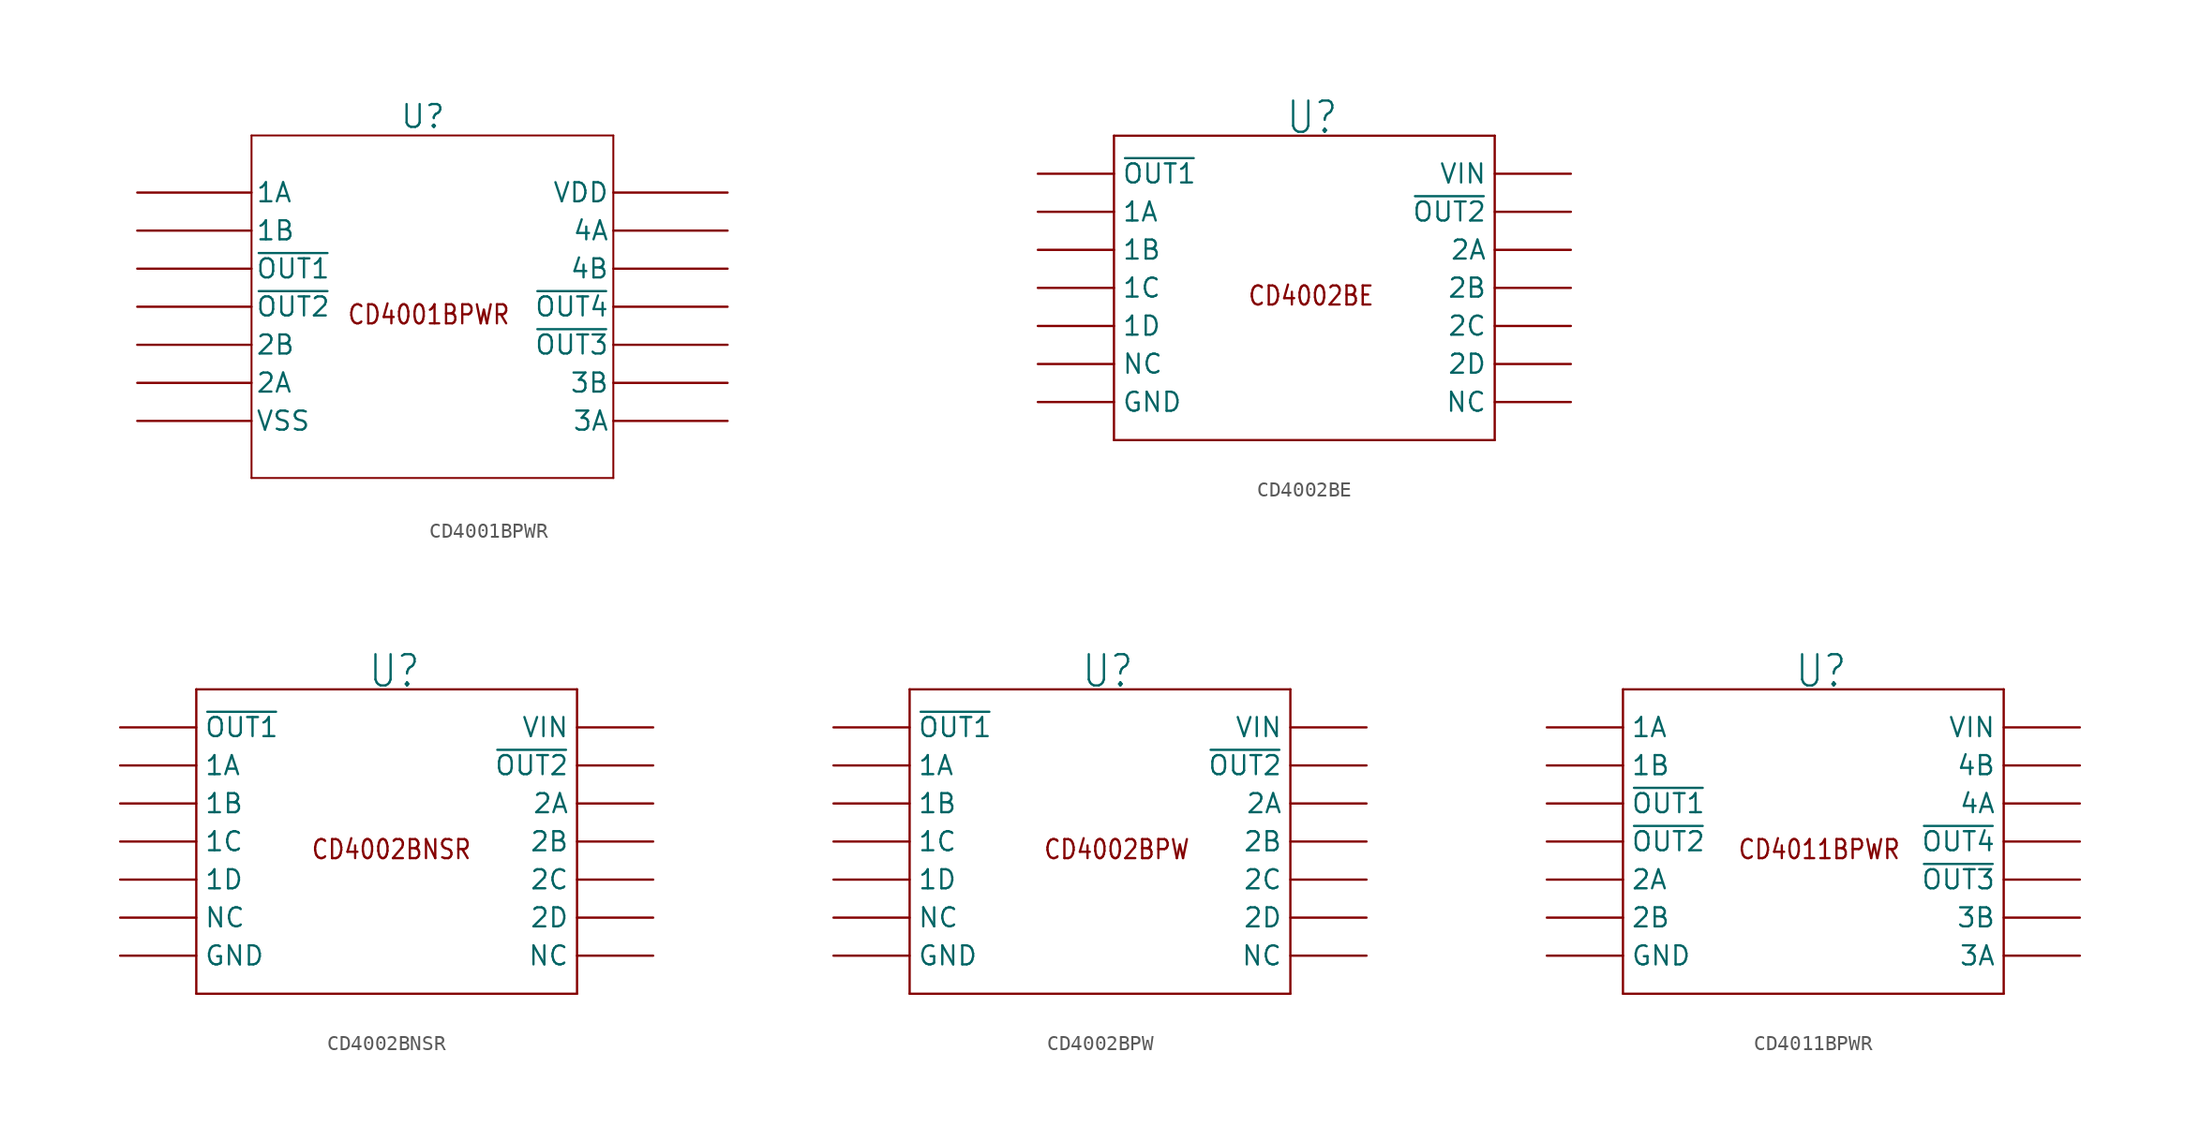
<source format=kicad_sym>
(kicad_symbol_lib
  (version 20220914)
  (generator kicad_symbol_editor)
  (symbol "CD4001BPWR"
    (pin_numbers hide)
    (pin_names
      (offset 0.254))
    (property "Reference" "U"
      (at 0 12.7 0)
      (effects (font (size 1.524 1.524))))
    (property "Value" ""
      (at 27.94 7.62 0)
      (effects (font (size 1.524 1.524))))
    (symbol "CD4001BPWR_0_1"
      (pin passive line (at -19.05 7.62 0) (length 7.62) (name "1A" (effects (font (size 1.27 1.27)))) (number "1" (effects (font (size 1.27 1.27)))))
      (pin passive line (at 20.32 -2.54 180) (length 7.62) (name "~{OUT3}" (effects (font (size 1.27 1.27)))) (number "10" (effects (font (size 1.27 1.27)))))
      (pin passive line (at 20.32 0 180) (length 7.62) (name "~{OUT4}" (effects (font (size 1.27 1.27)))) (number "11" (effects (font (size 1.27 1.27)))))
      (pin passive line (at 20.32 2.54 180) (length 7.62) (name "4B" (effects (font (size 1.27 1.27)))) (number "12" (effects (font (size 1.27 1.27)))))
      (pin passive line (at 20.32 5.08 180) (length 7.62) (name "4A" (effects (font (size 1.27 1.27)))) (number "13" (effects (font (size 1.27 1.27)))))
      (pin passive line (at 20.32 7.62 180) (length 7.62) (name "VDD" (effects (font (size 1.27 1.27)))) (number "14" (effects (font (size 1.27 1.27)))))
      (pin passive line (at -19.05 5.08 0) (length 7.62) (name "1B" (effects (font (size 1.27 1.27)))) (number "2" (effects (font (size 1.27 1.27)))))
      (pin passive line (at -19.05 2.54 0) (length 7.62) (name "~{OUT1}" (effects (font (size 1.27 1.27)))) (number "3" (effects (font (size 1.27 1.27)))))
      (pin passive line (at -19.05 0 0) (length 7.62) (name "~{OUT2}" (effects (font (size 1.27 1.27)))) (number "4" (effects (font (size 1.27 1.27)))))
      (pin passive line (at -19.05 -2.54 0) (length 7.62) (name "2B" (effects (font (size 1.27 1.27)))) (number "5" (effects (font (size 1.27 1.27)))))
      (pin passive line (at -19.05 -5.08 0) (length 7.62) (name "2A" (effects (font (size 1.27 1.27)))) (number "6" (effects (font (size 1.27 1.27)))))
      (pin passive line (at -19.05 -7.62 0) (length 7.62) (name "VSS" (effects (font (size 1.27 1.27)))) (number "7" (effects (font (size 1.27 1.27)))))
      (pin passive line (at 20.32 -7.62 180) (length 7.62) (name "3A" (effects (font (size 1.27 1.27)))) (number "8" (effects (font (size 1.27 1.27)))))
      (pin passive line (at 20.32 -5.08 180) (length 7.62) (name "3B" (effects (font (size 1.27 1.27)))) (number "9" (effects (font (size 1.27 1.27))))))
    (symbol "CD4001BPWR_1_0"
      (text "CD4001BPWR" (at -5.08 -1.27 0) (effects (font (size 1.27 1.079)) (justify left bottom))))
    (symbol "CD4001BPWR_1_1"
      (polyline (pts (xy -11.43 -11.43) (xy 12.7 -11.43)) (stroke (width 0.127) (type solid)) (fill (type none)))
      (polyline (pts (xy -11.43 11.43) (xy -11.43 -11.43)) (stroke (width 0.127) (type solid)) (fill (type none)))
      (polyline (pts (xy 12.7 -11.43) (xy 12.7 11.43)) (stroke (width 0.127) (type solid)) (fill (type none)))
      (polyline (pts (xy 12.7 11.43) (xy -11.43 11.43)) (stroke (width 0.127) (type solid)) (fill (type none)))))
  (symbol "CD4002BE"
    (pin_numbers hide)
    (property "Reference" "U"
      (at -1.27 10.16 0)
      (effects (font (size 2.083 1.77)) (justify left bottom)))
    (symbol "CD4002BE_1_0"
      (polyline (pts (xy -12.7 -10.16) (xy 12.7 -10.16)) (stroke (width 0.152) (type solid)) (fill (type none)))
      (polyline (pts (xy -12.7 10.16) (xy -12.7 -10.16)) (stroke (width 0.152) (type solid)) (fill (type none)))
      (polyline (pts (xy 12.7 -10.16) (xy 12.7 10.16)) (stroke (width 0.152) (type solid)) (fill (type none)))
      (polyline (pts (xy 12.7 10.16) (xy -12.7 10.16)) (stroke (width 0.152) (type solid)) (fill (type none)))
      (text "CD4002BE" (at -3.81 -1.27 0) (effects (font (size 1.27 1.079)) (justify left bottom)))
      (pin passive line (at -17.78 7.62 0) (length 5.08) (name "~{OUT1}" (effects (font (size 1.27 1.27)))) (number "1" (effects (font (size 1.27 1.27)))))
      (pin passive line (at 17.78 -2.54 180) (length 5.08) (name "2C" (effects (font (size 1.27 1.27)))) (number "10" (effects (font (size 1.27 1.27)))))
      (pin passive line (at 17.78 0 180) (length 5.08) (name "2B" (effects (font (size 1.27 1.27)))) (number "11" (effects (font (size 1.27 1.27)))))
      (pin passive line (at 17.78 2.54 180) (length 5.08) (name "2A" (effects (font (size 1.27 1.27)))) (number "12" (effects (font (size 1.27 1.27)))))
      (pin passive line (at 17.78 5.08 180) (length 5.08) (name "~{OUT2}" (effects (font (size 1.27 1.27)))) (number "13" (effects (font (size 1.27 1.27)))))
      (pin passive line (at 17.78 7.62 180) (length 5.08) (name "VIN" (effects (font (size 1.27 1.27)))) (number "14" (effects (font (size 1.27 1.27)))))
      (pin passive line (at -17.78 5.08 0) (length 5.08) (name "1A" (effects (font (size 1.27 1.27)))) (number "2" (effects (font (size 1.27 1.27)))))
      (pin passive line (at -17.78 2.54 0) (length 5.08) (name "1B" (effects (font (size 1.27 1.27)))) (number "3" (effects (font (size 1.27 1.27)))))
      (pin passive line (at -17.78 0 0) (length 5.08) (name "1C" (effects (font (size 1.27 1.27)))) (number "4" (effects (font (size 1.27 1.27)))))
      (pin passive line (at -17.78 -2.54 0) (length 5.08) (name "1D" (effects (font (size 1.27 1.27)))) (number "5" (effects (font (size 1.27 1.27)))))
      (pin passive line (at -17.78 -5.08 0) (length 5.08) (name "NC" (effects (font (size 1.27 1.27)))) (number "6" (effects (font (size 1.27 1.27)))))
      (pin passive line (at -17.78 -7.62 0) (length 5.08) (name "GND" (effects (font (size 1.27 1.27)))) (number "7" (effects (font (size 1.27 1.27)))))
      (pin passive line (at 17.78 -7.62 180) (length 5.08) (name "NC" (effects (font (size 1.27 1.27)))) (number "8" (effects (font (size 1.27 1.27)))))
      (pin passive line (at 17.78 -5.08 180) (length 5.08) (name "2D" (effects (font (size 1.27 1.27)))) (number "9" (effects (font (size 1.27 1.27)))))))
  (symbol "CD4002BNSR"
    (pin_numbers hide)
    (property "Reference" "U"
      (at -1.27 10.16 0)
      (effects (font (size 2.083 1.77)) (justify left bottom)))
    (symbol "CD4002BNSR_1_0"
      (polyline (pts (xy -12.7 -10.16) (xy 12.7 -10.16)) (stroke (width 0.152) (type solid)) (fill (type none)))
      (polyline (pts (xy -12.7 10.16) (xy -12.7 -10.16)) (stroke (width 0.152) (type solid)) (fill (type none)))
      (polyline (pts (xy 12.7 -10.16) (xy 12.7 10.16)) (stroke (width 0.152) (type solid)) (fill (type none)))
      (polyline (pts (xy 12.7 10.16) (xy -12.7 10.16)) (stroke (width 0.152) (type solid)) (fill (type none)))
      (text "CD4002BNSR" (at -5.08 -1.27 0) (effects (font (size 1.27 1.079)) (justify left bottom)))
      (pin passive line (at -17.78 7.62 0) (length 5.08) (name "~{OUT1}" (effects (font (size 1.27 1.27)))) (number "1" (effects (font (size 1.27 1.27)))))
      (pin passive line (at 17.78 -2.54 180) (length 5.08) (name "2C" (effects (font (size 1.27 1.27)))) (number "10" (effects (font (size 1.27 1.27)))))
      (pin passive line (at 17.78 0 180) (length 5.08) (name "2B" (effects (font (size 1.27 1.27)))) (number "11" (effects (font (size 1.27 1.27)))))
      (pin passive line (at 17.78 2.54 180) (length 5.08) (name "2A" (effects (font (size 1.27 1.27)))) (number "12" (effects (font (size 1.27 1.27)))))
      (pin passive line (at 17.78 5.08 180) (length 5.08) (name "~{OUT2}" (effects (font (size 1.27 1.27)))) (number "13" (effects (font (size 1.27 1.27)))))
      (pin passive line (at 17.78 7.62 180) (length 5.08) (name "VIN" (effects (font (size 1.27 1.27)))) (number "14" (effects (font (size 1.27 1.27)))))
      (pin passive line (at -17.78 5.08 0) (length 5.08) (name "1A" (effects (font (size 1.27 1.27)))) (number "2" (effects (font (size 1.27 1.27)))))
      (pin passive line (at -17.78 2.54 0) (length 5.08) (name "1B" (effects (font (size 1.27 1.27)))) (number "3" (effects (font (size 1.27 1.27)))))
      (pin passive line (at -17.78 0 0) (length 5.08) (name "1C" (effects (font (size 1.27 1.27)))) (number "4" (effects (font (size 1.27 1.27)))))
      (pin passive line (at -17.78 -2.54 0) (length 5.08) (name "1D" (effects (font (size 1.27 1.27)))) (number "5" (effects (font (size 1.27 1.27)))))
      (pin passive line (at -17.78 -5.08 0) (length 5.08) (name "NC" (effects (font (size 1.27 1.27)))) (number "6" (effects (font (size 1.27 1.27)))))
      (pin passive line (at -17.78 -7.62 0) (length 5.08) (name "GND" (effects (font (size 1.27 1.27)))) (number "7" (effects (font (size 1.27 1.27)))))
      (pin passive line (at 17.78 -7.62 180) (length 5.08) (name "NC" (effects (font (size 1.27 1.27)))) (number "8" (effects (font (size 1.27 1.27)))))
      (pin passive line (at 17.78 -5.08 180) (length 5.08) (name "2D" (effects (font (size 1.27 1.27)))) (number "9" (effects (font (size 1.27 1.27)))))))
  (symbol "CD4002BPW"
    (pin_numbers hide)
    (property "Reference" "U"
      (at -1.27 10.16 0)
      (effects (font (size 2.083 1.77)) (justify left bottom)))
    (symbol "CD4002BPW_1_0"
      (polyline (pts (xy -12.7 -10.16) (xy 12.7 -10.16)) (stroke (width 0.152) (type solid)) (fill (type none)))
      (polyline (pts (xy -12.7 10.16) (xy -12.7 -10.16)) (stroke (width 0.152) (type solid)) (fill (type none)))
      (polyline (pts (xy 12.7 -10.16) (xy 12.7 10.16)) (stroke (width 0.152) (type solid)) (fill (type none)))
      (polyline (pts (xy 12.7 10.16) (xy -12.7 10.16)) (stroke (width 0.152) (type solid)) (fill (type none)))
      (text "CD4002BPW" (at -3.81 -1.27 0) (effects (font (size 1.27 1.079)) (justify left bottom)))
      (pin passive line (at -17.78 7.62 0) (length 5.08) (name "~{OUT1}" (effects (font (size 1.27 1.27)))) (number "1" (effects (font (size 1.27 1.27)))))
      (pin passive line (at 17.78 -2.54 180) (length 5.08) (name "2C" (effects (font (size 1.27 1.27)))) (number "10" (effects (font (size 1.27 1.27)))))
      (pin passive line (at 17.78 0 180) (length 5.08) (name "2B" (effects (font (size 1.27 1.27)))) (number "11" (effects (font (size 1.27 1.27)))))
      (pin passive line (at 17.78 2.54 180) (length 5.08) (name "2A" (effects (font (size 1.27 1.27)))) (number "12" (effects (font (size 1.27 1.27)))))
      (pin passive line (at 17.78 5.08 180) (length 5.08) (name "~{OUT2}" (effects (font (size 1.27 1.27)))) (number "13" (effects (font (size 1.27 1.27)))))
      (pin passive line (at 17.78 7.62 180) (length 5.08) (name "VIN" (effects (font (size 1.27 1.27)))) (number "14" (effects (font (size 1.27 1.27)))))
      (pin passive line (at -17.78 5.08 0) (length 5.08) (name "1A" (effects (font (size 1.27 1.27)))) (number "2" (effects (font (size 1.27 1.27)))))
      (pin passive line (at -17.78 2.54 0) (length 5.08) (name "1B" (effects (font (size 1.27 1.27)))) (number "3" (effects (font (size 1.27 1.27)))))
      (pin passive line (at -17.78 0 0) (length 5.08) (name "1C" (effects (font (size 1.27 1.27)))) (number "4" (effects (font (size 1.27 1.27)))))
      (pin passive line (at -17.78 -2.54 0) (length 5.08) (name "1D" (effects (font (size 1.27 1.27)))) (number "5" (effects (font (size 1.27 1.27)))))
      (pin passive line (at -17.78 -5.08 0) (length 5.08) (name "NC" (effects (font (size 1.27 1.27)))) (number "6" (effects (font (size 1.27 1.27)))))
      (pin passive line (at -17.78 -7.62 0) (length 5.08) (name "GND" (effects (font (size 1.27 1.27)))) (number "7" (effects (font (size 1.27 1.27)))))
      (pin passive line (at 17.78 -7.62 180) (length 5.08) (name "NC" (effects (font (size 1.27 1.27)))) (number "8" (effects (font (size 1.27 1.27)))))
      (pin passive line (at 17.78 -5.08 180) (length 5.08) (name "2D" (effects (font (size 1.27 1.27)))) (number "9" (effects (font (size 1.27 1.27)))))))
  (symbol "CD4011BPWR"
    (pin_numbers hide)
    (property "Reference" "U"
      (at -1.27 10.16 0)
      (effects (font (size 2.083 1.77)) (justify left bottom)))
    (symbol "CD4011BPWR_1_0"
      (polyline (pts (xy -12.7 -10.16) (xy 12.7 -10.16)) (stroke (width 0.152) (type solid)) (fill (type none)))
      (polyline (pts (xy -12.7 10.16) (xy -12.7 -10.16)) (stroke (width 0.152) (type solid)) (fill (type none)))
      (polyline (pts (xy 12.7 -10.16) (xy 12.7 10.16)) (stroke (width 0.152) (type solid)) (fill (type none)))
      (polyline (pts (xy 12.7 10.16) (xy -12.7 10.16)) (stroke (width 0.152) (type solid)) (fill (type none)))
      (text "CD4011BPWR" (at -5.08 -1.27 0) (effects (font (size 1.27 1.079)) (justify left bottom)))
      (pin passive line (at -17.78 7.62 0) (length 5.08) (name "1A" (effects (font (size 1.27 1.27)))) (number "1" (effects (font (size 1.27 1.27)))))
      (pin passive line (at 17.78 -2.54 180) (length 5.08) (name "~{OUT3}" (effects (font (size 1.27 1.27)))) (number "10" (effects (font (size 1.27 1.27)))))
      (pin passive line (at 17.78 0 180) (length 5.08) (name "~{OUT4}" (effects (font (size 1.27 1.27)))) (number "11" (effects (font (size 1.27 1.27)))))
      (pin passive line (at 17.78 2.54 180) (length 5.08) (name "4A" (effects (font (size 1.27 1.27)))) (number "12" (effects (font (size 1.27 1.27)))))
      (pin passive line (at 17.78 5.08 180) (length 5.08) (name "4B" (effects (font (size 1.27 1.27)))) (number "13" (effects (font (size 1.27 1.27)))))
      (pin passive line (at 17.78 7.62 180) (length 5.08) (name "VIN" (effects (font (size 1.27 1.27)))) (number "14" (effects (font (size 1.27 1.27)))))
      (pin passive line (at -17.78 5.08 0) (length 5.08) (name "1B" (effects (font (size 1.27 1.27)))) (number "2" (effects (font (size 1.27 1.27)))))
      (pin passive line (at -17.78 2.54 0) (length 5.08) (name "~{OUT1}" (effects (font (size 1.27 1.27)))) (number "3" (effects (font (size 1.27 1.27)))))
      (pin passive line (at -17.78 0 0) (length 5.08) (name "~{OUT2}" (effects (font (size 1.27 1.27)))) (number "4" (effects (font (size 1.27 1.27)))))
      (pin passive line (at -17.78 -2.54 0) (length 5.08) (name "2A" (effects (font (size 1.27 1.27)))) (number "5" (effects (font (size 1.27 1.27)))))
      (pin passive line (at -17.78 -5.08 0) (length 5.08) (name "2B" (effects (font (size 1.27 1.27)))) (number "6" (effects (font (size 1.27 1.27)))))
      (pin passive line (at -17.78 -7.62 0) (length 5.08) (name "GND" (effects (font (size 1.27 1.27)))) (number "7" (effects (font (size 1.27 1.27)))))
      (pin passive line (at 17.78 -7.62 180) (length 5.08) (name "3A" (effects (font (size 1.27 1.27)))) (number "8" (effects (font (size 1.27 1.27)))))
      (pin passive line (at 17.78 -5.08 180) (length 5.08) (name "3B" (effects (font (size 1.27 1.27)))) (number "9" (effects (font (size 1.27 1.27))))))))
</source>
